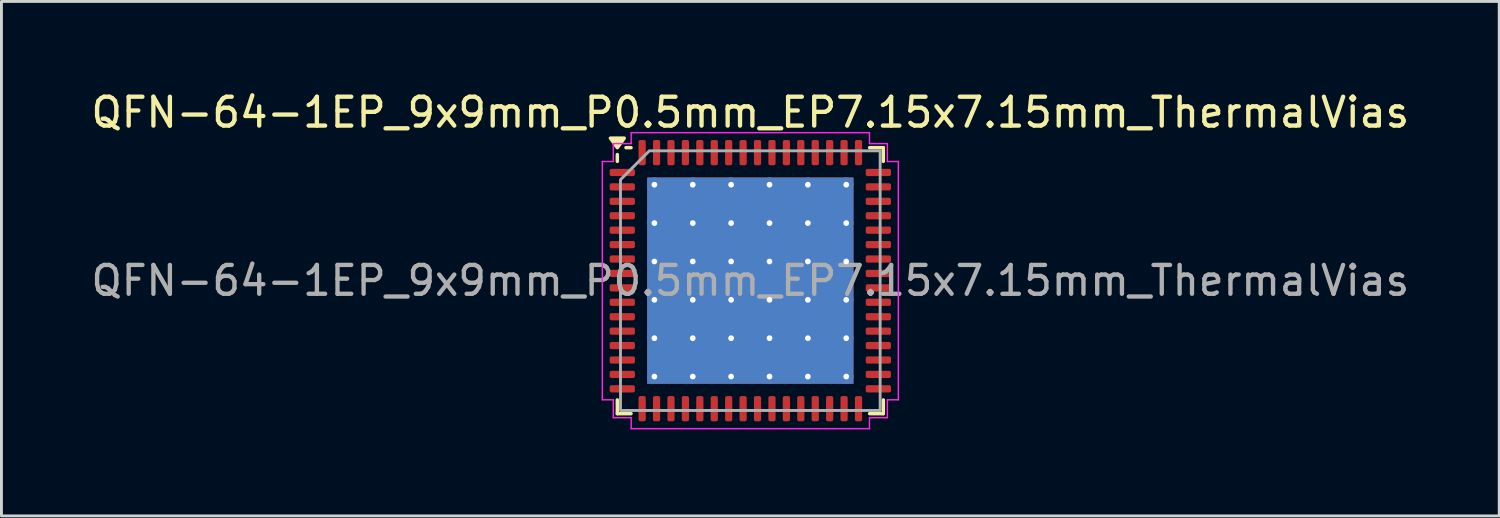
<source format=kicad_pcb>
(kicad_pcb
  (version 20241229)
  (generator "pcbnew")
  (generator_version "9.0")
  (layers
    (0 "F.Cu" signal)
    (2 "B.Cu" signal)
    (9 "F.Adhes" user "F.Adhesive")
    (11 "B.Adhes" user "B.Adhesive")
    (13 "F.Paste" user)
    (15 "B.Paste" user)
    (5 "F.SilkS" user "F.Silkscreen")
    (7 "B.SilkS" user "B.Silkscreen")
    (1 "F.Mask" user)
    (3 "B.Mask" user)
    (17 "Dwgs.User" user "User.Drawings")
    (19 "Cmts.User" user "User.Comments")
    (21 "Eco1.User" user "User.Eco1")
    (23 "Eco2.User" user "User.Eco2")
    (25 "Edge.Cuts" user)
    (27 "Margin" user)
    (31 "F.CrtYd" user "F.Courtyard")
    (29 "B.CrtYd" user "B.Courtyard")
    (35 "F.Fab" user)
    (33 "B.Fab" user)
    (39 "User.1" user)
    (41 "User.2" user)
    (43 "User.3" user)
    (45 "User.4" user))
  (footprint "QFN-64-1EP_9x9mm_P0.5mm_EP7.15x7.15mm_ThermalVias"
    (layer "F.Cu")
    (at 22.958 6.678)
    (property "Reference" "QFN-64-1EP_9x9mm_P0.5mm_EP7.15x7.15mm_ThermalVias" (at 0 -5.83 0) (layer "F.SilkS") (effects (font (size 1 1) (thickness 0.15))))
    (attr smd)
    (fp_line (start -4.61 -4.135) (end -4.61 -4.37) (stroke (width 0.12) (type solid)) (layer "F.SilkS"))
    (fp_line (start -4.61 4.61) (end -4.61 4.135) (stroke (width 0.12) (type solid)) (layer "F.SilkS"))
    (fp_line (start -4.135 -4.61) (end -4.31 -4.61) (stroke (width 0.12) (type solid)) (layer "F.SilkS"))
    (fp_line (start -4.135 4.61) (end -4.61 4.61) (stroke (width 0.12) (type solid)) (layer "F.SilkS"))
    (fp_line (start 4.135 -4.61) (end 4.61 -4.61) (stroke (width 0.12) (type solid)) (layer "F.SilkS"))
    (fp_line (start 4.135 4.61) (end 4.61 4.61) (stroke (width 0.12) (type solid)) (layer "F.SilkS"))
    (fp_line (start 4.61 -4.61) (end 4.61 -4.135) (stroke (width 0.12) (type solid)) (layer "F.SilkS"))
    (fp_line (start 4.61 4.61) (end 4.61 4.135) (stroke (width 0.12) (type solid)) (layer "F.SilkS"))
    (fp_poly (pts (xy -4.61 -4.61) (xy -4.85 -4.94) (xy -4.37 -4.94)) (stroke (width 0.12) (type solid)) (fill yes) (layer "F.SilkS"))
    (fp_line (start -5.13 -4.13) (end -4.75 -4.13) (stroke (width 0.05) (type solid)) (layer "F.CrtYd"))
    (fp_line (start -5.13 4.13) (end -5.13 -4.13) (stroke (width 0.05) (type solid)) (layer "F.CrtYd"))
    (fp_line (start -4.75 -4.75) (end -4.13 -4.75) (stroke (width 0.05) (type solid)) (layer "F.CrtYd"))
    (fp_line (start -4.75 -4.13) (end -4.75 -4.75) (stroke (width 0.05) (type solid)) (layer "F.CrtYd"))
    (fp_line (start -4.75 4.13) (end -5.13 4.13) (stroke (width 0.05) (type solid)) (layer "F.CrtYd"))
    (fp_line (start -4.75 4.75) (end -4.75 4.13) (stroke (width 0.05) (type solid)) (layer "F.CrtYd"))
    (fp_line (start -4.13 -5.13) (end 4.13 -5.13) (stroke (width 0.05) (type solid)) (layer "F.CrtYd"))
    (fp_line (start -4.13 -4.75) (end -4.13 -5.13) (stroke (width 0.05) (type solid)) (layer "F.CrtYd"))
    (fp_line (start -4.13 4.75) (end -4.75 4.75) (stroke (width 0.05) (type solid)) (layer "F.CrtYd"))
    (fp_line (start -4.13 5.13) (end -4.13 4.75) (stroke (width 0.05) (type solid)) (layer "F.CrtYd"))
    (fp_line (start 4.13 -5.13) (end 4.13 -4.75) (stroke (width 0.05) (type solid)) (layer "F.CrtYd"))
    (fp_line (start 4.13 -4.75) (end 4.75 -4.75) (stroke (width 0.05) (type solid)) (layer "F.CrtYd"))
    (fp_line (start 4.13 4.75) (end 4.13 5.13) (stroke (width 0.05) (type solid)) (layer "F.CrtYd"))
    (fp_line (start 4.13 5.13) (end -4.13 5.13) (stroke (width 0.05) (type solid)) (layer "F.CrtYd"))
    (fp_line (start 4.75 -4.75) (end 4.75 -4.13) (stroke (width 0.05) (type solid)) (layer "F.CrtYd"))
    (fp_line (start 4.75 -4.13) (end 5.13 -4.13) (stroke (width 0.05) (type solid)) (layer "F.CrtYd"))
    (fp_line (start 4.75 4.13) (end 4.75 4.75) (stroke (width 0.05) (type solid)) (layer "F.CrtYd"))
    (fp_line (start 4.75 4.75) (end 4.13 4.75) (stroke (width 0.05) (type solid)) (layer "F.CrtYd"))
    (fp_line (start 5.13 -4.13) (end 5.13 4.13) (stroke (width 0.05) (type solid)) (layer "F.CrtYd"))
    (fp_line (start 5.13 4.13) (end 4.75 4.13) (stroke (width 0.05) (type solid)) (layer "F.CrtYd"))
    (fp_poly (pts (xy -4.5 -3.5) (xy -4.5 4.5) (xy 4.5 4.5) (xy 4.5 -4.5) (xy -3.5 -4.5)) (stroke (width 0.1) (type solid)) (fill no) (layer "F.Fab"))
    (fp_text user "${REFERENCE}" (at 0 0 0) (layer "F.Fab") (effects (font (size 1 1) (thickness 0.15))))
    (pad "" smd roundrect (at -2.86 -2.86) (size 1.15 1.15) (layers "F.Paste") (roundrect_rratio 0.217))
    (pad "" smd roundrect (at -2.86 -1.43) (size 1.15 1.15) (layers "F.Paste") (roundrect_rratio 0.217))
    (pad "" smd roundrect (at -2.86 0) (size 1.15 1.15) (layers "F.Paste") (roundrect_rratio 0.217))
    (pad "" smd roundrect (at -2.86 1.43) (size 1.15 1.15) (layers "F.Paste") (roundrect_rratio 0.217))
    (pad "" smd roundrect (at -2.86 2.86) (size 1.15 1.15) (layers "F.Paste") (roundrect_rratio 0.217))
    (pad "" smd roundrect (at -1.43 -2.86) (size 1.15 1.15) (layers "F.Paste") (roundrect_rratio 0.217))
    (pad "" smd roundrect (at -1.43 -1.43) (size 1.15 1.15) (layers "F.Paste") (roundrect_rratio 0.217))
    (pad "" smd roundrect (at -1.43 0) (size 1.15 1.15) (layers "F.Paste") (roundrect_rratio 0.217))
    (pad "" smd roundrect (at -1.43 1.43) (size 1.15 1.15) (layers "F.Paste") (roundrect_rratio 0.217))
    (pad "" smd roundrect (at -1.43 2.86) (size 1.15 1.15) (layers "F.Paste") (roundrect_rratio 0.217))
    (pad "" smd roundrect (at 0 -2.86) (size 1.15 1.15) (layers "F.Paste") (roundrect_rratio 0.217))
    (pad "" smd roundrect (at 0 -1.43) (size 1.15 1.15) (layers "F.Paste") (roundrect_rratio 0.217))
    (pad "" smd roundrect (at 0 0) (size 1.15 1.15) (layers "F.Paste") (roundrect_rratio 0.217))
    (pad "" smd roundrect (at 0 1.43) (size 1.15 1.15) (layers "F.Paste") (roundrect_rratio 0.217))
    (pad "" smd roundrect (at 0 2.86) (size 1.15 1.15) (layers "F.Paste") (roundrect_rratio 0.217))
    (pad "" smd roundrect (at 1.43 -2.86) (size 1.15 1.15) (layers "F.Paste") (roundrect_rratio 0.217))
    (pad "" smd roundrect (at 1.43 -1.43) (size 1.15 1.15) (layers "F.Paste") (roundrect_rratio 0.217))
    (pad "" smd roundrect (at 1.43 0) (size 1.15 1.15) (layers "F.Paste") (roundrect_rratio 0.217))
    (pad "" smd roundrect (at 1.43 1.43) (size 1.15 1.15) (layers "F.Paste") (roundrect_rratio 0.217))
    (pad "" smd roundrect (at 1.43 2.86) (size 1.15 1.15) (layers "F.Paste") (roundrect_rratio 0.217))
    (pad "" smd roundrect (at 2.86 -2.86) (size 1.15 1.15) (layers "F.Paste") (roundrect_rratio 0.217))
    (pad "" smd roundrect (at 2.86 -1.43) (size 1.15 1.15) (layers "F.Paste") (roundrect_rratio 0.217))
    (pad "" smd roundrect (at 2.86 0) (size 1.15 1.15) (layers "F.Paste") (roundrect_rratio 0.217))
    (pad "" smd roundrect (at 2.86 1.43) (size 1.15 1.15) (layers "F.Paste") (roundrect_rratio 0.217))
    (pad "" smd roundrect (at 2.86 2.86) (size 1.15 1.15) (layers "F.Paste") (roundrect_rratio 0.217))
    (pad "1" smd roundrect (at -4.438 -3.75) (size 0.875 0.25) (layers "F.Cu" "F.Mask" "F.Paste") (roundrect_rratio 0.25))
    (pad "2" smd roundrect (at -4.438 -3.25) (size 0.875 0.25) (layers "F.Cu" "F.Mask" "F.Paste") (roundrect_rratio 0.25))
    (pad "3" smd roundrect (at -4.438 -2.75) (size 0.875 0.25) (layers "F.Cu" "F.Mask" "F.Paste") (roundrect_rratio 0.25))
    (pad "4" smd roundrect (at -4.438 -2.25) (size 0.875 0.25) (layers "F.Cu" "F.Mask" "F.Paste") (roundrect_rratio 0.25))
    (pad "5" smd roundrect (at -4.438 -1.75) (size 0.875 0.25) (layers "F.Cu" "F.Mask" "F.Paste") (roundrect_rratio 0.25))
    (pad "6" smd roundrect (at -4.438 -1.25) (size 0.875 0.25) (layers "F.Cu" "F.Mask" "F.Paste") (roundrect_rratio 0.25))
    (pad "7" smd roundrect (at -4.438 -0.75) (size 0.875 0.25) (layers "F.Cu" "F.Mask" "F.Paste") (roundrect_rratio 0.25))
    (pad "8" smd roundrect (at -4.438 -0.25) (size 0.875 0.25) (layers "F.Cu" "F.Mask" "F.Paste") (roundrect_rratio 0.25))
    (pad "9" smd roundrect (at -4.438 0.25) (size 0.875 0.25) (layers "F.Cu" "F.Mask" "F.Paste") (roundrect_rratio 0.25))
    (pad "10" smd roundrect (at -4.438 0.75) (size 0.875 0.25) (layers "F.Cu" "F.Mask" "F.Paste") (roundrect_rratio 0.25))
    (pad "11" smd roundrect (at -4.438 1.25) (size 0.875 0.25) (layers "F.Cu" "F.Mask" "F.Paste") (roundrect_rratio 0.25))
    (pad "12" smd roundrect (at -4.438 1.75) (size 0.875 0.25) (layers "F.Cu" "F.Mask" "F.Paste") (roundrect_rratio 0.25))
    (pad "13" smd roundrect (at -4.438 2.25) (size 0.875 0.25) (layers "F.Cu" "F.Mask" "F.Paste") (roundrect_rratio 0.25))
    (pad "14" smd roundrect (at -4.438 2.75) (size 0.875 0.25) (layers "F.Cu" "F.Mask" "F.Paste") (roundrect_rratio 0.25))
    (pad "15" smd roundrect (at -4.438 3.25) (size 0.875 0.25) (layers "F.Cu" "F.Mask" "F.Paste") (roundrect_rratio 0.25))
    (pad "16" smd roundrect (at -4.438 3.75) (size 0.875 0.25) (layers "F.Cu" "F.Mask" "F.Paste") (roundrect_rratio 0.25))
    (pad "17" smd roundrect (at -3.75 4.438) (size 0.25 0.875) (layers "F.Cu" "F.Mask" "F.Paste") (roundrect_rratio 0.25))
    (pad "18" smd roundrect (at -3.25 4.438) (size 0.25 0.875) (layers "F.Cu" "F.Mask" "F.Paste") (roundrect_rratio 0.25))
    (pad "19" smd roundrect (at -2.75 4.438) (size 0.25 0.875) (layers "F.Cu" "F.Mask" "F.Paste") (roundrect_rratio 0.25))
    (pad "20" smd roundrect (at -2.25 4.438) (size 0.25 0.875) (layers "F.Cu" "F.Mask" "F.Paste") (roundrect_rratio 0.25))
    (pad "21" smd roundrect (at -1.75 4.438) (size 0.25 0.875) (layers "F.Cu" "F.Mask" "F.Paste") (roundrect_rratio 0.25))
    (pad "22" smd roundrect (at -1.25 4.438) (size 0.25 0.875) (layers "F.Cu" "F.Mask" "F.Paste") (roundrect_rratio 0.25))
    (pad "23" smd roundrect (at -0.75 4.438) (size 0.25 0.875) (layers "F.Cu" "F.Mask" "F.Paste") (roundrect_rratio 0.25))
    (pad "24" smd roundrect (at -0.25 4.438) (size 0.25 0.875) (layers "F.Cu" "F.Mask" "F.Paste") (roundrect_rratio 0.25))
    (pad "25" smd roundrect (at 0.25 4.438) (size 0.25 0.875) (layers "F.Cu" "F.Mask" "F.Paste") (roundrect_rratio 0.25))
    (pad "26" smd roundrect (at 0.75 4.438) (size 0.25 0.875) (layers "F.Cu" "F.Mask" "F.Paste") (roundrect_rratio 0.25))
    (pad "27" smd roundrect (at 1.25 4.438) (size 0.25 0.875) (layers "F.Cu" "F.Mask" "F.Paste") (roundrect_rratio 0.25))
    (pad "28" smd roundrect (at 1.75 4.438) (size 0.25 0.875) (layers "F.Cu" "F.Mask" "F.Paste") (roundrect_rratio 0.25))
    (pad "29" smd roundrect (at 2.25 4.438) (size 0.25 0.875) (layers "F.Cu" "F.Mask" "F.Paste") (roundrect_rratio 0.25))
    (pad "30" smd roundrect (at 2.75 4.438) (size 0.25 0.875) (layers "F.Cu" "F.Mask" "F.Paste") (roundrect_rratio 0.25))
    (pad "31" smd roundrect (at 3.25 4.438) (size 0.25 0.875) (layers "F.Cu" "F.Mask" "F.Paste") (roundrect_rratio 0.25))
    (pad "32" smd roundrect (at 3.75 4.438) (size 0.25 0.875) (layers "F.Cu" "F.Mask" "F.Paste") (roundrect_rratio 0.25))
    (pad "33" smd roundrect (at 4.438 3.75) (size 0.875 0.25) (layers "F.Cu" "F.Mask" "F.Paste") (roundrect_rratio 0.25))
    (pad "34" smd roundrect (at 4.438 3.25) (size 0.875 0.25) (layers "F.Cu" "F.Mask" "F.Paste") (roundrect_rratio 0.25))
    (pad "35" smd roundrect (at 4.438 2.75) (size 0.875 0.25) (layers "F.Cu" "F.Mask" "F.Paste") (roundrect_rratio 0.25))
    (pad "36" smd roundrect (at 4.438 2.25) (size 0.875 0.25) (layers "F.Cu" "F.Mask" "F.Paste") (roundrect_rratio 0.25))
    (pad "37" smd roundrect (at 4.438 1.75) (size 0.875 0.25) (layers "F.Cu" "F.Mask" "F.Paste") (roundrect_rratio 0.25))
    (pad "38" smd roundrect (at 4.438 1.25) (size 0.875 0.25) (layers "F.Cu" "F.Mask" "F.Paste") (roundrect_rratio 0.25))
    (pad "39" smd roundrect (at 4.438 0.75) (size 0.875 0.25) (layers "F.Cu" "F.Mask" "F.Paste") (roundrect_rratio 0.25))
    (pad "40" smd roundrect (at 4.438 0.25) (size 0.875 0.25) (layers "F.Cu" "F.Mask" "F.Paste") (roundrect_rratio 0.25))
    (pad "41" smd roundrect (at 4.438 -0.25) (size 0.875 0.25) (layers "F.Cu" "F.Mask" "F.Paste") (roundrect_rratio 0.25))
    (pad "42" smd roundrect (at 4.438 -0.75) (size 0.875 0.25) (layers "F.Cu" "F.Mask" "F.Paste") (roundrect_rratio 0.25))
    (pad "43" smd roundrect (at 4.438 -1.25) (size 0.875 0.25) (layers "F.Cu" "F.Mask" "F.Paste") (roundrect_rratio 0.25))
    (pad "44" smd roundrect (at 4.438 -1.75) (size 0.875 0.25) (layers "F.Cu" "F.Mask" "F.Paste") (roundrect_rratio 0.25))
    (pad "45" smd roundrect (at 4.438 -2.25) (size 0.875 0.25) (layers "F.Cu" "F.Mask" "F.Paste") (roundrect_rratio 0.25))
    (pad "46" smd roundrect (at 4.438 -2.75) (size 0.875 0.25) (layers "F.Cu" "F.Mask" "F.Paste") (roundrect_rratio 0.25))
    (pad "47" smd roundrect (at 4.438 -3.25) (size 0.875 0.25) (layers "F.Cu" "F.Mask" "F.Paste") (roundrect_rratio 0.25))
    (pad "48" smd roundrect (at 4.438 -3.75) (size 0.875 0.25) (layers "F.Cu" "F.Mask" "F.Paste") (roundrect_rratio 0.25))
    (pad "49" smd roundrect (at 3.75 -4.438) (size 0.25 0.875) (layers "F.Cu" "F.Mask" "F.Paste") (roundrect_rratio 0.25))
    (pad "50" smd roundrect (at 3.25 -4.438) (size 0.25 0.875) (layers "F.Cu" "F.Mask" "F.Paste") (roundrect_rratio 0.25))
    (pad "51" smd roundrect (at 2.75 -4.438) (size 0.25 0.875) (layers "F.Cu" "F.Mask" "F.Paste") (roundrect_rratio 0.25))
    (pad "52" smd roundrect (at 2.25 -4.438) (size 0.25 0.875) (layers "F.Cu" "F.Mask" "F.Paste") (roundrect_rratio 0.25))
    (pad "53" smd roundrect (at 1.75 -4.438) (size 0.25 0.875) (layers "F.Cu" "F.Mask" "F.Paste") (roundrect_rratio 0.25))
    (pad "54" smd roundrect (at 1.25 -4.438) (size 0.25 0.875) (layers "F.Cu" "F.Mask" "F.Paste") (roundrect_rratio 0.25))
    (pad "55" smd roundrect (at 0.75 -4.438) (size 0.25 0.875) (layers "F.Cu" "F.Mask" "F.Paste") (roundrect_rratio 0.25))
    (pad "56" smd roundrect (at 0.25 -4.438) (size 0.25 0.875) (layers "F.Cu" "F.Mask" "F.Paste") (roundrect_rratio 0.25))
    (pad "57" smd roundrect (at -0.25 -4.438) (size 0.25 0.875) (layers "F.Cu" "F.Mask" "F.Paste") (roundrect_rratio 0.25))
    (pad "58" smd roundrect (at -0.75 -4.438) (size 0.25 0.875) (layers "F.Cu" "F.Mask" "F.Paste") (roundrect_rratio 0.25))
    (pad "59" smd roundrect (at -1.25 -4.438) (size 0.25 0.875) (layers "F.Cu" "F.Mask" "F.Paste") (roundrect_rratio 0.25))
    (pad "60" smd roundrect (at -1.75 -4.438) (size 0.25 0.875) (layers "F.Cu" "F.Mask" "F.Paste") (roundrect_rratio 0.25))
    (pad "61" smd roundrect (at -2.25 -4.438) (size 0.25 0.875) (layers "F.Cu" "F.Mask" "F.Paste") (roundrect_rratio 0.25))
    (pad "62" smd roundrect (at -2.75 -4.438) (size 0.25 0.875) (layers "F.Cu" "F.Mask" "F.Paste") (roundrect_rratio 0.25))
    (pad "63" smd roundrect (at -3.25 -4.438) (size 0.25 0.875) (layers "F.Cu" "F.Mask" "F.Paste") (roundrect_rratio 0.25))
    (pad "64" smd roundrect (at -3.75 -4.438) (size 0.25 0.875) (layers "F.Cu" "F.Mask" "F.Paste") (roundrect_rratio 0.25))
    (pad "65" thru_hole circle (at -3.325 -3.325) (size 0.5 0.5) (drill 0.2) (property pad_prop_heatsink) (layers "*.Cu"))
    (pad "65" thru_hole circle (at -3.325 -1.995) (size 0.5 0.5) (drill 0.2) (property pad_prop_heatsink) (layers "*.Cu"))
    (pad "65" thru_hole circle (at -3.325 -0.665) (size 0.5 0.5) (drill 0.2) (property pad_prop_heatsink) (layers "*.Cu"))
    (pad "65" thru_hole circle (at -3.325 0.665) (size 0.5 0.5) (drill 0.2) (property pad_prop_heatsink) (layers "*.Cu"))
    (pad "65" thru_hole circle (at -3.325 1.995) (size 0.5 0.5) (drill 0.2) (property pad_prop_heatsink) (layers "*.Cu"))
    (pad "65" thru_hole circle (at -3.325 3.325) (size 0.5 0.5) (drill 0.2) (property pad_prop_heatsink) (layers "*.Cu"))
    (pad "65" thru_hole circle (at -1.995 -3.325) (size 0.5 0.5) (drill 0.2) (property pad_prop_heatsink) (layers "*.Cu"))
    (pad "65" thru_hole circle (at -1.995 -1.995) (size 0.5 0.5) (drill 0.2) (property pad_prop_heatsink) (layers "*.Cu"))
    (pad "65" thru_hole circle (at -1.995 -0.665) (size 0.5 0.5) (drill 0.2) (property pad_prop_heatsink) (layers "*.Cu"))
    (pad "65" thru_hole circle (at -1.995 0.665) (size 0.5 0.5) (drill 0.2) (property pad_prop_heatsink) (layers "*.Cu"))
    (pad "65" thru_hole circle (at -1.995 1.995) (size 0.5 0.5) (drill 0.2) (property pad_prop_heatsink) (layers "*.Cu"))
    (pad "65" thru_hole circle (at -1.995 3.325) (size 0.5 0.5) (drill 0.2) (property pad_prop_heatsink) (layers "*.Cu"))
    (pad "65" thru_hole circle (at -0.665 -3.325) (size 0.5 0.5) (drill 0.2) (property pad_prop_heatsink) (layers "*.Cu"))
    (pad "65" thru_hole circle (at -0.665 -1.995) (size 0.5 0.5) (drill 0.2) (property pad_prop_heatsink) (layers "*.Cu"))
    (pad "65" thru_hole circle (at -0.665 -0.665) (size 0.5 0.5) (drill 0.2) (property pad_prop_heatsink) (layers "*.Cu"))
    (pad "65" thru_hole circle (at -0.665 0.665) (size 0.5 0.5) (drill 0.2) (property pad_prop_heatsink) (layers "*.Cu"))
    (pad "65" thru_hole circle (at -0.665 1.995) (size 0.5 0.5) (drill 0.2) (property pad_prop_heatsink) (layers "*.Cu"))
    (pad "65" thru_hole circle (at -0.665 3.325) (size 0.5 0.5) (drill 0.2) (property pad_prop_heatsink) (layers "*.Cu"))
    (pad "65" smd rect (at 0 0) (size 7.15 7.15) (property pad_prop_heatsink) (layers "F.Cu" "F.Mask"))
    (pad "65" smd rect (at 0 0) (size 7.15 7.15) (property pad_prop_heatsink) (layers "B.Cu"))
    (pad "65" thru_hole circle (at 0.665 -3.325) (size 0.5 0.5) (drill 0.2) (property pad_prop_heatsink) (layers "*.Cu"))
    (pad "65" thru_hole circle (at 0.665 -1.995) (size 0.5 0.5) (drill 0.2) (property pad_prop_heatsink) (layers "*.Cu"))
    (pad "65" thru_hole circle (at 0.665 -0.665) (size 0.5 0.5) (drill 0.2) (property pad_prop_heatsink) (layers "*.Cu"))
    (pad "65" thru_hole circle (at 0.665 0.665) (size 0.5 0.5) (drill 0.2) (property pad_prop_heatsink) (layers "*.Cu"))
    (pad "65" thru_hole circle (at 0.665 1.995) (size 0.5 0.5) (drill 0.2) (property pad_prop_heatsink) (layers "*.Cu"))
    (pad "65" thru_hole circle (at 0.665 3.325) (size 0.5 0.5) (drill 0.2) (property pad_prop_heatsink) (layers "*.Cu"))
    (pad "65" thru_hole circle (at 1.995 -3.325) (size 0.5 0.5) (drill 0.2) (property pad_prop_heatsink) (layers "*.Cu"))
    (pad "65" thru_hole circle (at 1.995 -1.995) (size 0.5 0.5) (drill 0.2) (property pad_prop_heatsink) (layers "*.Cu"))
    (pad "65" thru_hole circle (at 1.995 -0.665) (size 0.5 0.5) (drill 0.2) (property pad_prop_heatsink) (layers "*.Cu"))
    (pad "65" thru_hole circle (at 1.995 0.665) (size 0.5 0.5) (drill 0.2) (property pad_prop_heatsink) (layers "*.Cu"))
    (pad "65" thru_hole circle (at 1.995 1.995) (size 0.5 0.5) (drill 0.2) (property pad_prop_heatsink) (layers "*.Cu"))
    (pad "65" thru_hole circle (at 1.995 3.325) (size 0.5 0.5) (drill 0.2) (property pad_prop_heatsink) (layers "*.Cu"))
    (pad "65" thru_hole circle (at 3.325 -3.325) (size 0.5 0.5) (drill 0.2) (property pad_prop_heatsink) (layers "*.Cu"))
    (pad "65" thru_hole circle (at 3.325 -1.995) (size 0.5 0.5) (drill 0.2) (property pad_prop_heatsink) (layers "*.Cu"))
    (pad "65" thru_hole circle (at 3.325 -0.665) (size 0.5 0.5) (drill 0.2) (property pad_prop_heatsink) (layers "*.Cu"))
    (pad "65" thru_hole circle (at 3.325 0.665) (size 0.5 0.5) (drill 0.2) (property pad_prop_heatsink) (layers "*.Cu"))
    (pad "65" thru_hole circle (at 3.325 1.995) (size 0.5 0.5) (drill 0.2) (property pad_prop_heatsink) (layers "*.Cu"))
    (pad "65" thru_hole circle (at 3.325 3.325) (size 0.5 0.5) (drill 0.2) (property pad_prop_heatsink) (layers "*.Cu")))
  (gr_rect
    (start -3 -3)
    (end 48.917 14.833)
    (stroke (width 0.1) (type default))
    (fill no)
    (layer "Edge.Cuts")))
</source>
